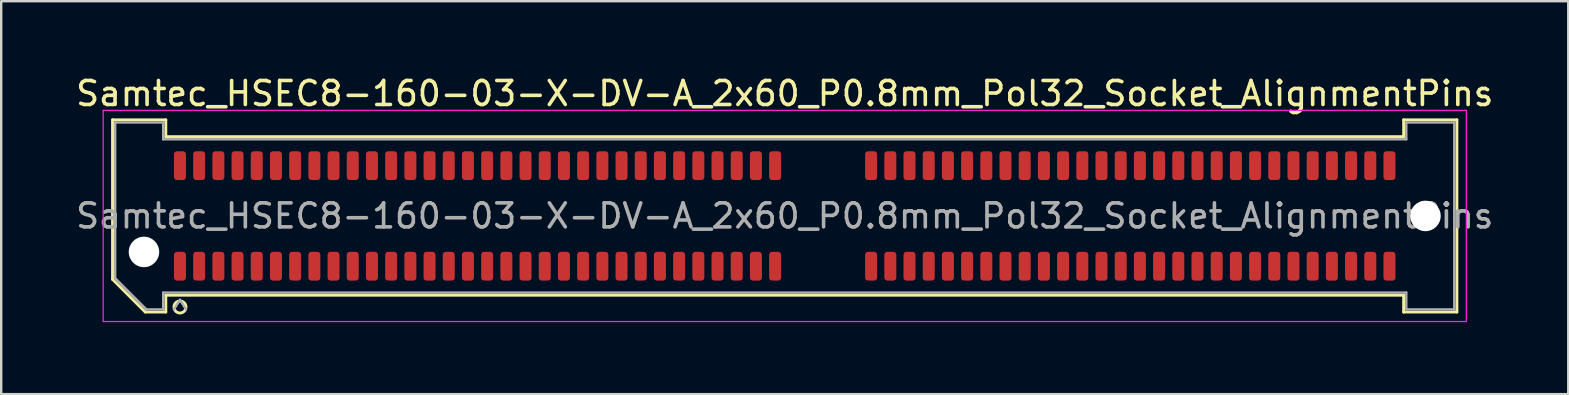
<source format=kicad_pcb>
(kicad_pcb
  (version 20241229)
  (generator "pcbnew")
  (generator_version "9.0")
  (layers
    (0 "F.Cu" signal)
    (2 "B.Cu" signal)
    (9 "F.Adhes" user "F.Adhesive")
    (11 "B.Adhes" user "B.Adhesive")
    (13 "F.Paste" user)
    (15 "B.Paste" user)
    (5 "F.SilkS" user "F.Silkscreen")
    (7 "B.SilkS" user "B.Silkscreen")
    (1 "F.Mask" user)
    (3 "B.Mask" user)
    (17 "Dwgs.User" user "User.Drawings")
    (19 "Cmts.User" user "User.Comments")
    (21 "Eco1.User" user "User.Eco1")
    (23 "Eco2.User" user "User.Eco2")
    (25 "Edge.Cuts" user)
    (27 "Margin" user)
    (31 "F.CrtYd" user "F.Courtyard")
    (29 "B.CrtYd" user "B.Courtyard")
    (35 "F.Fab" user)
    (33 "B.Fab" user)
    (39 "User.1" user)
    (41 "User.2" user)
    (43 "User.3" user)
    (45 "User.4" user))
  (footprint "Samtec_HSEC8-160-03-X-DV-A_2x60_P0.8mm_Pol32_Socket_AlignmentPins"
    (layer "F.Cu")
    (at 29.649 5.948)
    (property "Reference" "Samtec_HSEC8-160-03-X-DV-A_2x60_P0.8mm_Pol32_Socket_AlignmentPins" (at 0 -5.1 0) (layer "F.SilkS") (effects (font (size 1 1) (thickness 0.15))))
    (attr smd)
    (fp_line (start -28.01 -4.005) (end -25.79 -4.005) (stroke (width 0.12) (type solid)) (layer "F.SilkS"))
    (fp_line (start -28.01 2.641) (end -28.01 -4.005) (stroke (width 0.12) (type solid)) (layer "F.SilkS"))
    (fp_line (start -26.646 4.005) (end -28.01 2.641) (stroke (width 0.12) (type solid)) (layer "F.SilkS"))
    (fp_line (start -25.79 -4.005) (end -25.79 -3.305) (stroke (width 0.12) (type solid)) (layer "F.SilkS"))
    (fp_line (start -25.79 -3.305) (end 25.79 -3.305) (stroke (width 0.12) (type solid)) (layer "F.SilkS"))
    (fp_line (start -25.79 3.305) (end -25.79 4.005) (stroke (width 0.12) (type solid)) (layer "F.SilkS"))
    (fp_line (start -25.79 4.005) (end -26.646 4.005) (stroke (width 0.12) (type solid)) (layer "F.SilkS"))
    (fp_line (start 25.79 -4.005) (end 28.01 -4.005) (stroke (width 0.12) (type solid)) (layer "F.SilkS"))
    (fp_line (start 25.79 -3.305) (end 25.79 -4.005) (stroke (width 0.12) (type solid)) (layer "F.SilkS"))
    (fp_line (start 25.79 3.305) (end -25.79 3.305) (stroke (width 0.12) (type solid)) (layer "F.SilkS"))
    (fp_line (start 25.79 4.005) (end 25.79 3.305) (stroke (width 0.12) (type solid)) (layer "F.SilkS"))
    (fp_line (start 28.01 -4.005) (end 28.01 4.005) (stroke (width 0.12) (type solid)) (layer "F.SilkS"))
    (fp_line (start 28.01 4.005) (end 25.79 4.005) (stroke (width 0.12) (type solid)) (layer "F.SilkS"))
    (fp_arc (start -24.95 3.795) (mid -25.45 3.795) (end -24.95 3.795) (stroke (width 0.12) (type solid)) (layer "F.SilkS"))
    (fp_line (start -28.4 -4.4) (end -28.4 4.4) (stroke (width 0.05) (type solid)) (layer "F.CrtYd"))
    (fp_line (start -28.4 4.4) (end 28.4 4.4) (stroke (width 0.05) (type solid)) (layer "F.CrtYd"))
    (fp_line (start 28.4 -4.4) (end -28.4 -4.4) (stroke (width 0.05) (type solid)) (layer "F.CrtYd"))
    (fp_line (start 28.4 4.4) (end 28.4 -4.4) (stroke (width 0.05) (type solid)) (layer "F.CrtYd"))
    (fp_line (start -27.9 -3.895) (end -25.9 -3.895) (stroke (width 0.1) (type solid)) (layer "F.Fab"))
    (fp_line (start -27.9 2.595) (end -27.9 -3.895) (stroke (width 0.1) (type solid)) (layer "F.Fab"))
    (fp_line (start -26.6 3.895) (end -27.9 2.595) (stroke (width 0.1) (type solid)) (layer "F.Fab"))
    (fp_line (start -25.9 -3.895) (end -25.9 -3.195) (stroke (width 0.1) (type solid)) (layer "F.Fab"))
    (fp_line (start -25.9 -3.195) (end 25.9 -3.195) (stroke (width 0.1) (type solid)) (layer "F.Fab"))
    (fp_line (start -25.9 3.195) (end -25.9 3.895) (stroke (width 0.1) (type solid)) (layer "F.Fab"))
    (fp_line (start -25.9 3.895) (end -26.6 3.895) (stroke (width 0.1) (type solid)) (layer "F.Fab"))
    (fp_line (start -25.2 3.495) (end -25.45 3.895) (stroke (width 0.1) (type solid)) (layer "F.Fab"))
    (fp_line (start -25.2 3.495) (end -24.95 3.895) (stroke (width 0.1) (type solid)) (layer "F.Fab"))
    (fp_line (start 25.9 -3.895) (end 27.9 -3.895) (stroke (width 0.1) (type solid)) (layer "F.Fab"))
    (fp_line (start 25.9 -3.195) (end 25.9 -3.895) (stroke (width 0.1) (type solid)) (layer "F.Fab"))
    (fp_line (start 25.9 3.195) (end -25.9 3.195) (stroke (width 0.1) (type solid)) (layer "F.Fab"))
    (fp_line (start 25.9 3.895) (end 25.9 3.195) (stroke (width 0.1) (type solid)) (layer "F.Fab"))
    (fp_line (start 27.9 -3.895) (end 27.9 3.895) (stroke (width 0.1) (type solid)) (layer "F.Fab"))
    (fp_line (start 27.9 3.895) (end 25.9 3.895) (stroke (width 0.1) (type solid)) (layer "F.Fab"))
    (fp_text user "${REFERENCE}" (at 0 0 0) (layer "F.Fab") (effects (font (size 1 1) (thickness 0.15))))
    (pad "" np_thru_hole circle (at -26.7 1.5) (size 1.27 1.27) (drill 1.27) (layers "*.Cu" "*.Mask"))
    (pad "" np_thru_hole circle (at 26.7 0) (size 1.27 1.27) (drill 1.27) (layers "*.Cu" "*.Mask"))
    (pad "1" smd roundrect (at -25.2 2.095) (size 0.5 1.2) (layers "F.Cu" "F.Mask" "F.Paste") (roundrect_rratio 0.25))
    (pad "2" smd roundrect (at -25.2 -2.095) (size 0.5 1.2) (layers "F.Cu" "F.Mask" "F.Paste") (roundrect_rratio 0.25))
    (pad "3" smd roundrect (at -24.4 2.095) (size 0.5 1.2) (layers "F.Cu" "F.Mask" "F.Paste") (roundrect_rratio 0.25))
    (pad "4" smd roundrect (at -24.4 -2.095) (size 0.5 1.2) (layers "F.Cu" "F.Mask" "F.Paste") (roundrect_rratio 0.25))
    (pad "5" smd roundrect (at -23.6 2.095) (size 0.5 1.2) (layers "F.Cu" "F.Mask" "F.Paste") (roundrect_rratio 0.25))
    (pad "6" smd roundrect (at -23.6 -2.095) (size 0.5 1.2) (layers "F.Cu" "F.Mask" "F.Paste") (roundrect_rratio 0.25))
    (pad "7" smd roundrect (at -22.8 2.095) (size 0.5 1.2) (layers "F.Cu" "F.Mask" "F.Paste") (roundrect_rratio 0.25))
    (pad "8" smd roundrect (at -22.8 -2.095) (size 0.5 1.2) (layers "F.Cu" "F.Mask" "F.Paste") (roundrect_rratio 0.25))
    (pad "9" smd roundrect (at -22 2.095) (size 0.5 1.2) (layers "F.Cu" "F.Mask" "F.Paste") (roundrect_rratio 0.25))
    (pad "10" smd roundrect (at -22 -2.095) (size 0.5 1.2) (layers "F.Cu" "F.Mask" "F.Paste") (roundrect_rratio 0.25))
    (pad "11" smd roundrect (at -21.2 2.095) (size 0.5 1.2) (layers "F.Cu" "F.Mask" "F.Paste") (roundrect_rratio 0.25))
    (pad "12" smd roundrect (at -21.2 -2.095) (size 0.5 1.2) (layers "F.Cu" "F.Mask" "F.Paste") (roundrect_rratio 0.25))
    (pad "13" smd roundrect (at -20.4 2.095) (size 0.5 1.2) (layers "F.Cu" "F.Mask" "F.Paste") (roundrect_rratio 0.25))
    (pad "14" smd roundrect (at -20.4 -2.095) (size 0.5 1.2) (layers "F.Cu" "F.Mask" "F.Paste") (roundrect_rratio 0.25))
    (pad "15" smd roundrect (at -19.6 2.095) (size 0.5 1.2) (layers "F.Cu" "F.Mask" "F.Paste") (roundrect_rratio 0.25))
    (pad "16" smd roundrect (at -19.6 -2.095) (size 0.5 1.2) (layers "F.Cu" "F.Mask" "F.Paste") (roundrect_rratio 0.25))
    (pad "17" smd roundrect (at -18.8 2.095) (size 0.5 1.2) (layers "F.Cu" "F.Mask" "F.Paste") (roundrect_rratio 0.25))
    (pad "18" smd roundrect (at -18.8 -2.095) (size 0.5 1.2) (layers "F.Cu" "F.Mask" "F.Paste") (roundrect_rratio 0.25))
    (pad "19" smd roundrect (at -18 2.095) (size 0.5 1.2) (layers "F.Cu" "F.Mask" "F.Paste") (roundrect_rratio 0.25))
    (pad "20" smd roundrect (at -18 -2.095) (size 0.5 1.2) (layers "F.Cu" "F.Mask" "F.Paste") (roundrect_rratio 0.25))
    (pad "21" smd roundrect (at -17.2 2.095) (size 0.5 1.2) (layers "F.Cu" "F.Mask" "F.Paste") (roundrect_rratio 0.25))
    (pad "22" smd roundrect (at -17.2 -2.095) (size 0.5 1.2) (layers "F.Cu" "F.Mask" "F.Paste") (roundrect_rratio 0.25))
    (pad "23" smd roundrect (at -16.4 2.095) (size 0.5 1.2) (layers "F.Cu" "F.Mask" "F.Paste") (roundrect_rratio 0.25))
    (pad "24" smd roundrect (at -16.4 -2.095) (size 0.5 1.2) (layers "F.Cu" "F.Mask" "F.Paste") (roundrect_rratio 0.25))
    (pad "25" smd roundrect (at -15.6 2.095) (size 0.5 1.2) (layers "F.Cu" "F.Mask" "F.Paste") (roundrect_rratio 0.25))
    (pad "26" smd roundrect (at -15.6 -2.095) (size 0.5 1.2) (layers "F.Cu" "F.Mask" "F.Paste") (roundrect_rratio 0.25))
    (pad "27" smd roundrect (at -14.8 2.095) (size 0.5 1.2) (layers "F.Cu" "F.Mask" "F.Paste") (roundrect_rratio 0.25))
    (pad "28" smd roundrect (at -14.8 -2.095) (size 0.5 1.2) (layers "F.Cu" "F.Mask" "F.Paste") (roundrect_rratio 0.25))
    (pad "29" smd roundrect (at -14 2.095) (size 0.5 1.2) (layers "F.Cu" "F.Mask" "F.Paste") (roundrect_rratio 0.25))
    (pad "30" smd roundrect (at -14 -2.095) (size 0.5 1.2) (layers "F.Cu" "F.Mask" "F.Paste") (roundrect_rratio 0.25))
    (pad "31" smd roundrect (at -13.2 2.095) (size 0.5 1.2) (layers "F.Cu" "F.Mask" "F.Paste") (roundrect_rratio 0.25))
    (pad "32" smd roundrect (at -13.2 -2.095) (size 0.5 1.2) (layers "F.Cu" "F.Mask" "F.Paste") (roundrect_rratio 0.25))
    (pad "33" smd roundrect (at -12.4 2.095) (size 0.5 1.2) (layers "F.Cu" "F.Mask" "F.Paste") (roundrect_rratio 0.25))
    (pad "34" smd roundrect (at -12.4 -2.095) (size 0.5 1.2) (layers "F.Cu" "F.Mask" "F.Paste") (roundrect_rratio 0.25))
    (pad "35" smd roundrect (at -11.6 2.095) (size 0.5 1.2) (layers "F.Cu" "F.Mask" "F.Paste") (roundrect_rratio 0.25))
    (pad "36" smd roundrect (at -11.6 -2.095) (size 0.5 1.2) (layers "F.Cu" "F.Mask" "F.Paste") (roundrect_rratio 0.25))
    (pad "37" smd roundrect (at -10.8 2.095) (size 0.5 1.2) (layers "F.Cu" "F.Mask" "F.Paste") (roundrect_rratio 0.25))
    (pad "38" smd roundrect (at -10.8 -2.095) (size 0.5 1.2) (layers "F.Cu" "F.Mask" "F.Paste") (roundrect_rratio 0.25))
    (pad "39" smd roundrect (at -10 2.095) (size 0.5 1.2) (layers "F.Cu" "F.Mask" "F.Paste") (roundrect_rratio 0.25))
    (pad "40" smd roundrect (at -10 -2.095) (size 0.5 1.2) (layers "F.Cu" "F.Mask" "F.Paste") (roundrect_rratio 0.25))
    (pad "41" smd roundrect (at -9.2 2.095) (size 0.5 1.2) (layers "F.Cu" "F.Mask" "F.Paste") (roundrect_rratio 0.25))
    (pad "42" smd roundrect (at -9.2 -2.095) (size 0.5 1.2) (layers "F.Cu" "F.Mask" "F.Paste") (roundrect_rratio 0.25))
    (pad "43" smd roundrect (at -8.4 2.095) (size 0.5 1.2) (layers "F.Cu" "F.Mask" "F.Paste") (roundrect_rratio 0.25))
    (pad "44" smd roundrect (at -8.4 -2.095) (size 0.5 1.2) (layers "F.Cu" "F.Mask" "F.Paste") (roundrect_rratio 0.25))
    (pad "45" smd roundrect (at -7.6 2.095) (size 0.5 1.2) (layers "F.Cu" "F.Mask" "F.Paste") (roundrect_rratio 0.25))
    (pad "46" smd roundrect (at -7.6 -2.095) (size 0.5 1.2) (layers "F.Cu" "F.Mask" "F.Paste") (roundrect_rratio 0.25))
    (pad "47" smd roundrect (at -6.8 2.095) (size 0.5 1.2) (layers "F.Cu" "F.Mask" "F.Paste") (roundrect_rratio 0.25))
    (pad "48" smd roundrect (at -6.8 -2.095) (size 0.5 1.2) (layers "F.Cu" "F.Mask" "F.Paste") (roundrect_rratio 0.25))
    (pad "49" smd roundrect (at -6 2.095) (size 0.5 1.2) (layers "F.Cu" "F.Mask" "F.Paste") (roundrect_rratio 0.25))
    (pad "50" smd roundrect (at -6 -2.095) (size 0.5 1.2) (layers "F.Cu" "F.Mask" "F.Paste") (roundrect_rratio 0.25))
    (pad "51" smd roundrect (at -5.2 2.095) (size 0.5 1.2) (layers "F.Cu" "F.Mask" "F.Paste") (roundrect_rratio 0.25))
    (pad "52" smd roundrect (at -5.2 -2.095) (size 0.5 1.2) (layers "F.Cu" "F.Mask" "F.Paste") (roundrect_rratio 0.25))
    (pad "53" smd roundrect (at -4.4 2.095) (size 0.5 1.2) (layers "F.Cu" "F.Mask" "F.Paste") (roundrect_rratio 0.25))
    (pad "54" smd roundrect (at -4.4 -2.095) (size 0.5 1.2) (layers "F.Cu" "F.Mask" "F.Paste") (roundrect_rratio 0.25))
    (pad "55" smd roundrect (at -3.6 2.095) (size 0.5 1.2) (layers "F.Cu" "F.Mask" "F.Paste") (roundrect_rratio 0.25))
    (pad "56" smd roundrect (at -3.6 -2.095) (size 0.5 1.2) (layers "F.Cu" "F.Mask" "F.Paste") (roundrect_rratio 0.25))
    (pad "57" smd roundrect (at -2.8 2.095) (size 0.5 1.2) (layers "F.Cu" "F.Mask" "F.Paste") (roundrect_rratio 0.25))
    (pad "58" smd roundrect (at -2.8 -2.095) (size 0.5 1.2) (layers "F.Cu" "F.Mask" "F.Paste") (roundrect_rratio 0.25))
    (pad "59" smd roundrect (at -2 2.095) (size 0.5 1.2) (layers "F.Cu" "F.Mask" "F.Paste") (roundrect_rratio 0.25))
    (pad "60" smd roundrect (at -2 -2.095) (size 0.5 1.2) (layers "F.Cu" "F.Mask" "F.Paste") (roundrect_rratio 0.25))
    (pad "61" smd roundrect (at -1.2 2.095) (size 0.5 1.2) (layers "F.Cu" "F.Mask" "F.Paste") (roundrect_rratio 0.25))
    (pad "62" smd roundrect (at -1.2 -2.095) (size 0.5 1.2) (layers "F.Cu" "F.Mask" "F.Paste") (roundrect_rratio 0.25))
    (pad "63" smd roundrect (at -0.4 2.095) (size 0.5 1.2) (layers "F.Cu" "F.Mask" "F.Paste") (roundrect_rratio 0.25))
    (pad "64" smd roundrect (at -0.4 -2.095) (size 0.5 1.2) (layers "F.Cu" "F.Mask" "F.Paste") (roundrect_rratio 0.25))
    (pad "65" smd roundrect (at 3.6 2.095) (size 0.5 1.2) (layers "F.Cu" "F.Mask" "F.Paste") (roundrect_rratio 0.25))
    (pad "66" smd roundrect (at 3.6 -2.095) (size 0.5 1.2) (layers "F.Cu" "F.Mask" "F.Paste") (roundrect_rratio 0.25))
    (pad "67" smd roundrect (at 4.4 2.095) (size 0.5 1.2) (layers "F.Cu" "F.Mask" "F.Paste") (roundrect_rratio 0.25))
    (pad "68" smd roundrect (at 4.4 -2.095) (size 0.5 1.2) (layers "F.Cu" "F.Mask" "F.Paste") (roundrect_rratio 0.25))
    (pad "69" smd roundrect (at 5.2 2.095) (size 0.5 1.2) (layers "F.Cu" "F.Mask" "F.Paste") (roundrect_rratio 0.25))
    (pad "70" smd roundrect (at 5.2 -2.095) (size 0.5 1.2) (layers "F.Cu" "F.Mask" "F.Paste") (roundrect_rratio 0.25))
    (pad "71" smd roundrect (at 6 2.095) (size 0.5 1.2) (layers "F.Cu" "F.Mask" "F.Paste") (roundrect_rratio 0.25))
    (pad "72" smd roundrect (at 6 -2.095) (size 0.5 1.2) (layers "F.Cu" "F.Mask" "F.Paste") (roundrect_rratio 0.25))
    (pad "73" smd roundrect (at 6.8 2.095) (size 0.5 1.2) (layers "F.Cu" "F.Mask" "F.Paste") (roundrect_rratio 0.25))
    (pad "74" smd roundrect (at 6.8 -2.095) (size 0.5 1.2) (layers "F.Cu" "F.Mask" "F.Paste") (roundrect_rratio 0.25))
    (pad "75" smd roundrect (at 7.6 2.095) (size 0.5 1.2) (layers "F.Cu" "F.Mask" "F.Paste") (roundrect_rratio 0.25))
    (pad "76" smd roundrect (at 7.6 -2.095) (size 0.5 1.2) (layers "F.Cu" "F.Mask" "F.Paste") (roundrect_rratio 0.25))
    (pad "77" smd roundrect (at 8.4 2.095) (size 0.5 1.2) (layers "F.Cu" "F.Mask" "F.Paste") (roundrect_rratio 0.25))
    (pad "78" smd roundrect (at 8.4 -2.095) (size 0.5 1.2) (layers "F.Cu" "F.Mask" "F.Paste") (roundrect_rratio 0.25))
    (pad "79" smd roundrect (at 9.2 2.095) (size 0.5 1.2) (layers "F.Cu" "F.Mask" "F.Paste") (roundrect_rratio 0.25))
    (pad "80" smd roundrect (at 9.2 -2.095) (size 0.5 1.2) (layers "F.Cu" "F.Mask" "F.Paste") (roundrect_rratio 0.25))
    (pad "81" smd roundrect (at 10 2.095) (size 0.5 1.2) (layers "F.Cu" "F.Mask" "F.Paste") (roundrect_rratio 0.25))
    (pad "82" smd roundrect (at 10 -2.095) (size 0.5 1.2) (layers "F.Cu" "F.Mask" "F.Paste") (roundrect_rratio 0.25))
    (pad "83" smd roundrect (at 10.8 2.095) (size 0.5 1.2) (layers "F.Cu" "F.Mask" "F.Paste") (roundrect_rratio 0.25))
    (pad "84" smd roundrect (at 10.8 -2.095) (size 0.5 1.2) (layers "F.Cu" "F.Mask" "F.Paste") (roundrect_rratio 0.25))
    (pad "85" smd roundrect (at 11.6 2.095) (size 0.5 1.2) (layers "F.Cu" "F.Mask" "F.Paste") (roundrect_rratio 0.25))
    (pad "86" smd roundrect (at 11.6 -2.095) (size 0.5 1.2) (layers "F.Cu" "F.Mask" "F.Paste") (roundrect_rratio 0.25))
    (pad "87" smd roundrect (at 12.4 2.095) (size 0.5 1.2) (layers "F.Cu" "F.Mask" "F.Paste") (roundrect_rratio 0.25))
    (pad "88" smd roundrect (at 12.4 -2.095) (size 0.5 1.2) (layers "F.Cu" "F.Mask" "F.Paste") (roundrect_rratio 0.25))
    (pad "89" smd roundrect (at 13.2 2.095) (size 0.5 1.2) (layers "F.Cu" "F.Mask" "F.Paste") (roundrect_rratio 0.25))
    (pad "90" smd roundrect (at 13.2 -2.095) (size 0.5 1.2) (layers "F.Cu" "F.Mask" "F.Paste") (roundrect_rratio 0.25))
    (pad "91" smd roundrect (at 14 2.095) (size 0.5 1.2) (layers "F.Cu" "F.Mask" "F.Paste") (roundrect_rratio 0.25))
    (pad "92" smd roundrect (at 14 -2.095) (size 0.5 1.2) (layers "F.Cu" "F.Mask" "F.Paste") (roundrect_rratio 0.25))
    (pad "93" smd roundrect (at 14.8 2.095) (size 0.5 1.2) (layers "F.Cu" "F.Mask" "F.Paste") (roundrect_rratio 0.25))
    (pad "94" smd roundrect (at 14.8 -2.095) (size 0.5 1.2) (layers "F.Cu" "F.Mask" "F.Paste") (roundrect_rratio 0.25))
    (pad "95" smd roundrect (at 15.6 2.095) (size 0.5 1.2) (layers "F.Cu" "F.Mask" "F.Paste") (roundrect_rratio 0.25))
    (pad "96" smd roundrect (at 15.6 -2.095) (size 0.5 1.2) (layers "F.Cu" "F.Mask" "F.Paste") (roundrect_rratio 0.25))
    (pad "97" smd roundrect (at 16.4 2.095) (size 0.5 1.2) (layers "F.Cu" "F.Mask" "F.Paste") (roundrect_rratio 0.25))
    (pad "98" smd roundrect (at 16.4 -2.095) (size 0.5 1.2) (layers "F.Cu" "F.Mask" "F.Paste") (roundrect_rratio 0.25))
    (pad "99" smd roundrect (at 17.2 2.095) (size 0.5 1.2) (layers "F.Cu" "F.Mask" "F.Paste") (roundrect_rratio 0.25))
    (pad "100" smd roundrect (at 17.2 -2.095) (size 0.5 1.2) (layers "F.Cu" "F.Mask" "F.Paste") (roundrect_rratio 0.25))
    (pad "101" smd roundrect (at 18 2.095) (size 0.5 1.2) (layers "F.Cu" "F.Mask" "F.Paste") (roundrect_rratio 0.25))
    (pad "102" smd roundrect (at 18 -2.095) (size 0.5 1.2) (layers "F.Cu" "F.Mask" "F.Paste") (roundrect_rratio 0.25))
    (pad "103" smd roundrect (at 18.8 2.095) (size 0.5 1.2) (layers "F.Cu" "F.Mask" "F.Paste") (roundrect_rratio 0.25))
    (pad "104" smd roundrect (at 18.8 -2.095) (size 0.5 1.2) (layers "F.Cu" "F.Mask" "F.Paste") (roundrect_rratio 0.25))
    (pad "105" smd roundrect (at 19.6 2.095) (size 0.5 1.2) (layers "F.Cu" "F.Mask" "F.Paste") (roundrect_rratio 0.25))
    (pad "106" smd roundrect (at 19.6 -2.095) (size 0.5 1.2) (layers "F.Cu" "F.Mask" "F.Paste") (roundrect_rratio 0.25))
    (pad "107" smd roundrect (at 20.4 2.095) (size 0.5 1.2) (layers "F.Cu" "F.Mask" "F.Paste") (roundrect_rratio 0.25))
    (pad "108" smd roundrect (at 20.4 -2.095) (size 0.5 1.2) (layers "F.Cu" "F.Mask" "F.Paste") (roundrect_rratio 0.25))
    (pad "109" smd roundrect (at 21.2 2.095) (size 0.5 1.2) (layers "F.Cu" "F.Mask" "F.Paste") (roundrect_rratio 0.25))
    (pad "110" smd roundrect (at 21.2 -2.095) (size 0.5 1.2) (layers "F.Cu" "F.Mask" "F.Paste") (roundrect_rratio 0.25))
    (pad "111" smd roundrect (at 22 2.095) (size 0.5 1.2) (layers "F.Cu" "F.Mask" "F.Paste") (roundrect_rratio 0.25))
    (pad "112" smd roundrect (at 22 -2.095) (size 0.5 1.2) (layers "F.Cu" "F.Mask" "F.Paste") (roundrect_rratio 0.25))
    (pad "113" smd roundrect (at 22.8 2.095) (size 0.5 1.2) (layers "F.Cu" "F.Mask" "F.Paste") (roundrect_rratio 0.25))
    (pad "114" smd roundrect (at 22.8 -2.095) (size 0.5 1.2) (layers "F.Cu" "F.Mask" "F.Paste") (roundrect_rratio 0.25))
    (pad "115" smd roundrect (at 23.6 2.095) (size 0.5 1.2) (layers "F.Cu" "F.Mask" "F.Paste") (roundrect_rratio 0.25))
    (pad "116" smd roundrect (at 23.6 -2.095) (size 0.5 1.2) (layers "F.Cu" "F.Mask" "F.Paste") (roundrect_rratio 0.25))
    (pad "117" smd roundrect (at 24.4 2.095) (size 0.5 1.2) (layers "F.Cu" "F.Mask" "F.Paste") (roundrect_rratio 0.25))
    (pad "118" smd roundrect (at 24.4 -2.095) (size 0.5 1.2) (layers "F.Cu" "F.Mask" "F.Paste") (roundrect_rratio 0.25))
    (pad "119" smd roundrect (at 25.2 2.095) (size 0.5 1.2) (layers "F.Cu" "F.Mask" "F.Paste") (roundrect_rratio 0.25))
    (pad "120" smd roundrect (at 25.2 -2.095) (size 0.5 1.2) (layers "F.Cu" "F.Mask" "F.Paste") (roundrect_rratio 0.25)))
  (gr_rect
    (start -3 -3)
    (end 62.298 13.373)
    (stroke (width 0.1) (type default))
    (fill no)
    (layer "Edge.Cuts")))
</source>
